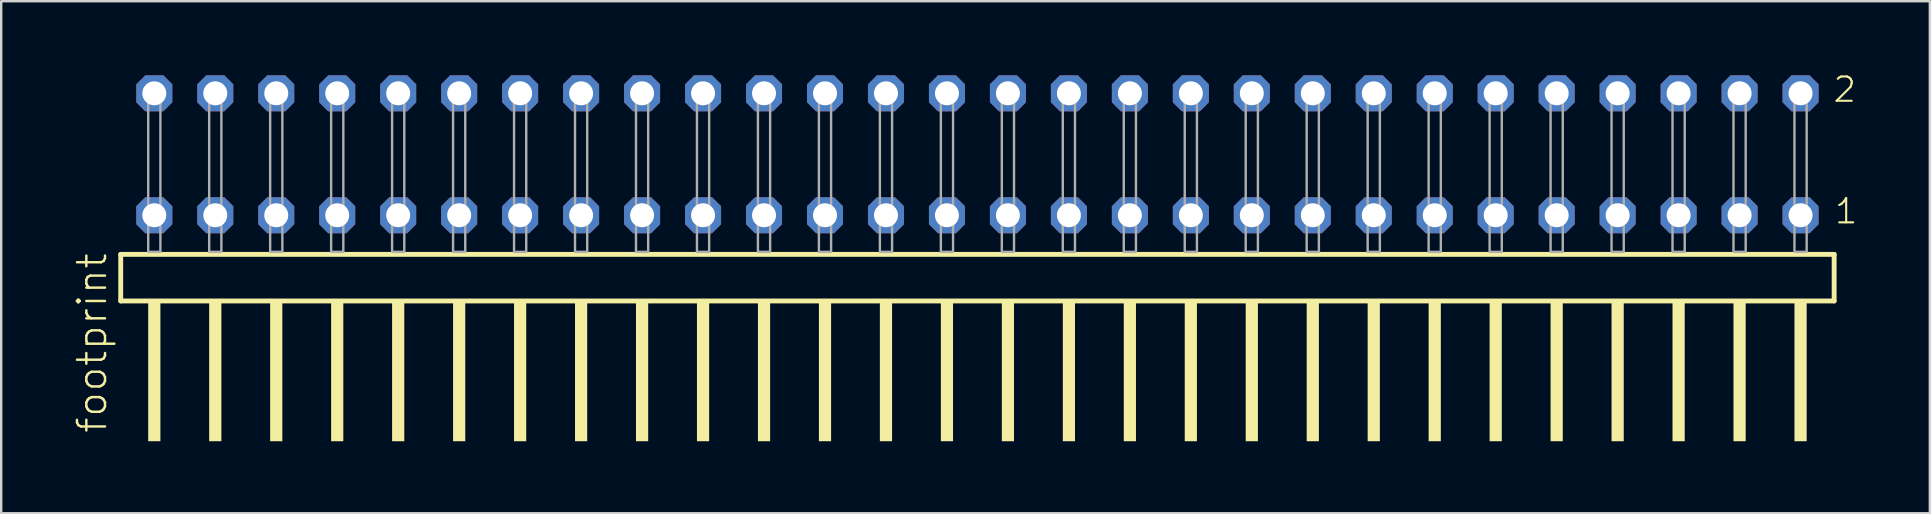
<source format=kicad_pcb>
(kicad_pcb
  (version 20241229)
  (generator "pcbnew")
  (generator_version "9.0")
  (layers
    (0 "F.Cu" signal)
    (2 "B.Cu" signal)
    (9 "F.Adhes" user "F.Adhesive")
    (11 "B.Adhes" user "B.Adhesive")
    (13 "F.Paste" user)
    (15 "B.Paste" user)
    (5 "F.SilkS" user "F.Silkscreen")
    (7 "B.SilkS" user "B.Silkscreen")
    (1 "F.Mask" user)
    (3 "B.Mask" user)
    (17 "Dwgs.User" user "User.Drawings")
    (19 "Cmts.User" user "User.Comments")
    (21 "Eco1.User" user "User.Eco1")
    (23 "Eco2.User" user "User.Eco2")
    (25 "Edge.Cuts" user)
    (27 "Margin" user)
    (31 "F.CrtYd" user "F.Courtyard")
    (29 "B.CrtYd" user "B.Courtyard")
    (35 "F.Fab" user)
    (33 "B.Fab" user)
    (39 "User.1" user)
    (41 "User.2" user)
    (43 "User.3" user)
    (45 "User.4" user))
  (footprint "footprint"
    (layer "F.Cu")
    (at 37.668 7.441)
    (property "Reference" "footprint" (at -36.195 7.62 90) (layer "F.SilkS") (effects (font (size 1.168 1.168) (thickness 0.102)) (justify left bottom)))
    (fp_line (start -35.689 0.106) (end -35.689 2.046) (stroke (width 0.203) (type solid)) (layer "F.SilkS"))
    (fp_line (start -35.689 2.046) (end 35.689 2.046) (stroke (width 0.203) (type solid)) (layer "F.SilkS"))
    (fp_line (start 35.689 0.106) (end -35.689 0.106) (stroke (width 0.203) (type solid)) (layer "F.SilkS"))
    (fp_line (start 35.689 2.046) (end 35.689 0.106) (stroke (width 0.203) (type solid)) (layer "F.SilkS"))
    (fp_poly (pts (xy -34.544 7.89) (xy -34.036 7.89) (xy -34.036 2.04) (xy -34.544 2.04)) (stroke (width 0) (type solid)) (fill yes) (layer "F.SilkS"))
    (fp_poly (pts (xy -32.004 7.89) (xy -31.496 7.89) (xy -31.496 2.04) (xy -32.004 2.04)) (stroke (width 0) (type solid)) (fill yes) (layer "F.SilkS"))
    (fp_poly (pts (xy -29.464 7.89) (xy -28.956 7.89) (xy -28.956 2.04) (xy -29.464 2.04)) (stroke (width 0) (type solid)) (fill yes) (layer "F.SilkS"))
    (fp_poly (pts (xy -26.924 7.89) (xy -26.416 7.89) (xy -26.416 2.04) (xy -26.924 2.04)) (stroke (width 0) (type solid)) (fill yes) (layer "F.SilkS"))
    (fp_poly (pts (xy -24.384 7.89) (xy -23.876 7.89) (xy -23.876 2.04) (xy -24.384 2.04)) (stroke (width 0) (type solid)) (fill yes) (layer "F.SilkS"))
    (fp_poly (pts (xy -21.844 7.89) (xy -21.336 7.89) (xy -21.336 2.04) (xy -21.844 2.04)) (stroke (width 0) (type solid)) (fill yes) (layer "F.SilkS"))
    (fp_poly (pts (xy -19.304 7.89) (xy -18.796 7.89) (xy -18.796 2.04) (xy -19.304 2.04)) (stroke (width 0) (type solid)) (fill yes) (layer "F.SilkS"))
    (fp_poly (pts (xy -16.764 7.89) (xy -16.256 7.89) (xy -16.256 2.04) (xy -16.764 2.04)) (stroke (width 0) (type solid)) (fill yes) (layer "F.SilkS"))
    (fp_poly (pts (xy -14.224 7.89) (xy -13.716 7.89) (xy -13.716 2.04) (xy -14.224 2.04)) (stroke (width 0) (type solid)) (fill yes) (layer "F.SilkS"))
    (fp_poly (pts (xy -11.684 7.89) (xy -11.176 7.89) (xy -11.176 2.04) (xy -11.684 2.04)) (stroke (width 0) (type solid)) (fill yes) (layer "F.SilkS"))
    (fp_poly (pts (xy -9.144 7.89) (xy -8.636 7.89) (xy -8.636 2.04) (xy -9.144 2.04)) (stroke (width 0) (type solid)) (fill yes) (layer "F.SilkS"))
    (fp_poly (pts (xy -6.604 7.89) (xy -6.096 7.89) (xy -6.096 2.04) (xy -6.604 2.04)) (stroke (width 0) (type solid)) (fill yes) (layer "F.SilkS"))
    (fp_poly (pts (xy -4.064 7.89) (xy -3.556 7.89) (xy -3.556 2.04) (xy -4.064 2.04)) (stroke (width 0) (type solid)) (fill yes) (layer "F.SilkS"))
    (fp_poly (pts (xy -1.524 7.89) (xy -1.016 7.89) (xy -1.016 2.04) (xy -1.524 2.04)) (stroke (width 0) (type solid)) (fill yes) (layer "F.SilkS"))
    (fp_poly (pts (xy 1.016 7.89) (xy 1.524 7.89) (xy 1.524 2.04) (xy 1.016 2.04)) (stroke (width 0) (type solid)) (fill yes) (layer "F.SilkS"))
    (fp_poly (pts (xy 3.556 7.89) (xy 4.064 7.89) (xy 4.064 2.04) (xy 3.556 2.04)) (stroke (width 0) (type solid)) (fill yes) (layer "F.SilkS"))
    (fp_poly (pts (xy 6.096 7.89) (xy 6.604 7.89) (xy 6.604 2.04) (xy 6.096 2.04)) (stroke (width 0) (type solid)) (fill yes) (layer "F.SilkS"))
    (fp_poly (pts (xy 8.636 7.89) (xy 9.144 7.89) (xy 9.144 2.04) (xy 8.636 2.04)) (stroke (width 0) (type solid)) (fill yes) (layer "F.SilkS"))
    (fp_poly (pts (xy 11.176 7.89) (xy 11.684 7.89) (xy 11.684 2.04) (xy 11.176 2.04)) (stroke (width 0) (type solid)) (fill yes) (layer "F.SilkS"))
    (fp_poly (pts (xy 13.716 7.89) (xy 14.224 7.89) (xy 14.224 2.04) (xy 13.716 2.04)) (stroke (width 0) (type solid)) (fill yes) (layer "F.SilkS"))
    (fp_poly (pts (xy 16.256 7.89) (xy 16.764 7.89) (xy 16.764 2.04) (xy 16.256 2.04)) (stroke (width 0) (type solid)) (fill yes) (layer "F.SilkS"))
    (fp_poly (pts (xy 18.796 7.89) (xy 19.304 7.89) (xy 19.304 2.04) (xy 18.796 2.04)) (stroke (width 0) (type solid)) (fill yes) (layer "F.SilkS"))
    (fp_poly (pts (xy 21.336 7.89) (xy 21.844 7.89) (xy 21.844 2.04) (xy 21.336 2.04)) (stroke (width 0) (type solid)) (fill yes) (layer "F.SilkS"))
    (fp_poly (pts (xy 23.876 7.89) (xy 24.384 7.89) (xy 24.384 2.04) (xy 23.876 2.04)) (stroke (width 0) (type solid)) (fill yes) (layer "F.SilkS"))
    (fp_poly (pts (xy 26.416 7.89) (xy 26.924 7.89) (xy 26.924 2.04) (xy 26.416 2.04)) (stroke (width 0) (type solid)) (fill yes) (layer "F.SilkS"))
    (fp_poly (pts (xy 28.956 7.89) (xy 29.464 7.89) (xy 29.464 2.04) (xy 28.956 2.04)) (stroke (width 0) (type solid)) (fill yes) (layer "F.SilkS"))
    (fp_poly (pts (xy 31.496 7.89) (xy 32.004 7.89) (xy 32.004 2.04) (xy 31.496 2.04)) (stroke (width 0) (type solid)) (fill yes) (layer "F.SilkS"))
    (fp_poly (pts (xy 34.036 7.89) (xy 34.544 7.89) (xy 34.544 2.04) (xy 34.036 2.04)) (stroke (width 0) (type solid)) (fill yes) (layer "F.SilkS"))
    (fp_poly (pts (xy -34.544 0) (xy -34.036 0) (xy -34.036 -6.858) (xy -34.544 -6.858)) (stroke (width 0.1) (type solid)) (fill no) (layer "F.Fab"))
    (fp_poly (pts (xy -32.004 0) (xy -31.496 0) (xy -31.496 -6.858) (xy -32.004 -6.858)) (stroke (width 0.1) (type solid)) (fill no) (layer "F.Fab"))
    (fp_poly (pts (xy -29.464 0) (xy -28.956 0) (xy -28.956 -6.858) (xy -29.464 -6.858)) (stroke (width 0.1) (type solid)) (fill no) (layer "F.Fab"))
    (fp_poly (pts (xy -26.924 0) (xy -26.416 0) (xy -26.416 -6.858) (xy -26.924 -6.858)) (stroke (width 0.1) (type solid)) (fill no) (layer "F.Fab"))
    (fp_poly (pts (xy -24.384 0) (xy -23.876 0) (xy -23.876 -6.858) (xy -24.384 -6.858)) (stroke (width 0.1) (type solid)) (fill no) (layer "F.Fab"))
    (fp_poly (pts (xy -21.844 0) (xy -21.336 0) (xy -21.336 -6.858) (xy -21.844 -6.858)) (stroke (width 0.1) (type solid)) (fill no) (layer "F.Fab"))
    (fp_poly (pts (xy -19.304 0) (xy -18.796 0) (xy -18.796 -6.858) (xy -19.304 -6.858)) (stroke (width 0.1) (type solid)) (fill no) (layer "F.Fab"))
    (fp_poly (pts (xy -16.764 0) (xy -16.256 0) (xy -16.256 -6.858) (xy -16.764 -6.858)) (stroke (width 0.1) (type solid)) (fill no) (layer "F.Fab"))
    (fp_poly (pts (xy -14.224 0) (xy -13.716 0) (xy -13.716 -6.858) (xy -14.224 -6.858)) (stroke (width 0.1) (type solid)) (fill no) (layer "F.Fab"))
    (fp_poly (pts (xy -11.684 0) (xy -11.176 0) (xy -11.176 -6.858) (xy -11.684 -6.858)) (stroke (width 0.1) (type solid)) (fill no) (layer "F.Fab"))
    (fp_poly (pts (xy -9.144 0) (xy -8.636 0) (xy -8.636 -6.858) (xy -9.144 -6.858)) (stroke (width 0.1) (type solid)) (fill no) (layer "F.Fab"))
    (fp_poly (pts (xy -6.604 0) (xy -6.096 0) (xy -6.096 -6.858) (xy -6.604 -6.858)) (stroke (width 0.1) (type solid)) (fill no) (layer "F.Fab"))
    (fp_poly (pts (xy -4.064 0) (xy -3.556 0) (xy -3.556 -6.858) (xy -4.064 -6.858)) (stroke (width 0.1) (type solid)) (fill no) (layer "F.Fab"))
    (fp_poly (pts (xy -1.524 0) (xy -1.016 0) (xy -1.016 -6.858) (xy -1.524 -6.858)) (stroke (width 0.1) (type solid)) (fill no) (layer "F.Fab"))
    (fp_poly (pts (xy 1.016 0) (xy 1.524 0) (xy 1.524 -6.858) (xy 1.016 -6.858)) (stroke (width 0.1) (type solid)) (fill no) (layer "F.Fab"))
    (fp_poly (pts (xy 3.556 0) (xy 4.064 0) (xy 4.064 -6.858) (xy 3.556 -6.858)) (stroke (width 0.1) (type solid)) (fill no) (layer "F.Fab"))
    (fp_poly (pts (xy 6.096 0) (xy 6.604 0) (xy 6.604 -6.858) (xy 6.096 -6.858)) (stroke (width 0.1) (type solid)) (fill no) (layer "F.Fab"))
    (fp_poly (pts (xy 8.636 0) (xy 9.144 0) (xy 9.144 -6.858) (xy 8.636 -6.858)) (stroke (width 0.1) (type solid)) (fill no) (layer "F.Fab"))
    (fp_poly (pts (xy 11.176 0) (xy 11.684 0) (xy 11.684 -6.858) (xy 11.176 -6.858)) (stroke (width 0.1) (type solid)) (fill no) (layer "F.Fab"))
    (fp_poly (pts (xy 13.716 0) (xy 14.224 0) (xy 14.224 -6.858) (xy 13.716 -6.858)) (stroke (width 0.1) (type solid)) (fill no) (layer "F.Fab"))
    (fp_poly (pts (xy 16.256 0) (xy 16.764 0) (xy 16.764 -6.858) (xy 16.256 -6.858)) (stroke (width 0.1) (type solid)) (fill no) (layer "F.Fab"))
    (fp_poly (pts (xy 18.796 0) (xy 19.304 0) (xy 19.304 -6.858) (xy 18.796 -6.858)) (stroke (width 0.1) (type solid)) (fill no) (layer "F.Fab"))
    (fp_poly (pts (xy 21.336 0) (xy 21.844 0) (xy 21.844 -6.858) (xy 21.336 -6.858)) (stroke (width 0.1) (type solid)) (fill no) (layer "F.Fab"))
    (fp_poly (pts (xy 23.876 0) (xy 24.384 0) (xy 24.384 -6.858) (xy 23.876 -6.858)) (stroke (width 0.1) (type solid)) (fill no) (layer "F.Fab"))
    (fp_poly (pts (xy 26.416 0) (xy 26.924 0) (xy 26.924 -6.858) (xy 26.416 -6.858)) (stroke (width 0.1) (type solid)) (fill no) (layer "F.Fab"))
    (fp_poly (pts (xy 28.956 0) (xy 29.464 0) (xy 29.464 -6.858) (xy 28.956 -6.858)) (stroke (width 0.1) (type solid)) (fill no) (layer "F.Fab"))
    (fp_poly (pts (xy 31.496 0) (xy 32.004 0) (xy 32.004 -6.858) (xy 31.496 -6.858)) (stroke (width 0.1) (type solid)) (fill no) (layer "F.Fab"))
    (fp_poly (pts (xy 34.036 0) (xy 34.544 0) (xy 34.544 -6.858) (xy 34.036 -6.858)) (stroke (width 0.1) (type solid)) (fill no) (layer "F.Fab"))
    (fp_text user "2" (at 35.59 -6.165 0) (layer "F.SilkS") (effects (font (size 1.012 1.012) (thickness 0.088)) (justify left bottom)))
    (fp_text user "1" (at 35.65 -1.1 0) (layer "F.SilkS") (effects (font (size 1.012 1.012) (thickness 0.088)) (justify left bottom)))
    (pad "1" thru_hole roundrect (at 34.29 -1.524 180) (size 1.5 1.5) (drill 1) (layers "*.Cu" "*.Mask") (roundrect_rratio 0.25) (chamfer_ratio 0.25) (chamfer top_left top_right bottom_left bottom_right))
    (pad "2" thru_hole roundrect (at 34.29 -6.604 180) (size 1.5 1.5) (drill 1) (layers "*.Cu" "*.Mask") (roundrect_rratio 0.25) (chamfer_ratio 0.25) (chamfer top_left top_right bottom_left bottom_right))
    (pad "3" thru_hole roundrect (at 31.75 -1.524 180) (size 1.5 1.5) (drill 1) (layers "*.Cu" "*.Mask") (roundrect_rratio 0.25) (chamfer_ratio 0.25) (chamfer top_left top_right bottom_left bottom_right))
    (pad "4" thru_hole roundrect (at 31.75 -6.604 180) (size 1.5 1.5) (drill 1) (layers "*.Cu" "*.Mask") (roundrect_rratio 0.25) (chamfer_ratio 0.25) (chamfer top_left top_right bottom_left bottom_right))
    (pad "5" thru_hole roundrect (at 29.21 -1.524 180) (size 1.5 1.5) (drill 1) (layers "*.Cu" "*.Mask") (roundrect_rratio 0.25) (chamfer_ratio 0.25) (chamfer top_left top_right bottom_left bottom_right))
    (pad "6" thru_hole roundrect (at 29.21 -6.604 180) (size 1.5 1.5) (drill 1) (layers "*.Cu" "*.Mask") (roundrect_rratio 0.25) (chamfer_ratio 0.25) (chamfer top_left top_right bottom_left bottom_right))
    (pad "7" thru_hole roundrect (at 26.67 -1.524 180) (size 1.5 1.5) (drill 1) (layers "*.Cu" "*.Mask") (roundrect_rratio 0.25) (chamfer_ratio 0.25) (chamfer top_left top_right bottom_left bottom_right))
    (pad "8" thru_hole roundrect (at 26.67 -6.604 180) (size 1.5 1.5) (drill 1) (layers "*.Cu" "*.Mask") (roundrect_rratio 0.25) (chamfer_ratio 0.25) (chamfer top_left top_right bottom_left bottom_right))
    (pad "9" thru_hole roundrect (at 24.13 -1.524 180) (size 1.5 1.5) (drill 1) (layers "*.Cu" "*.Mask") (roundrect_rratio 0.25) (chamfer_ratio 0.25) (chamfer top_left top_right bottom_left bottom_right))
    (pad "10" thru_hole roundrect (at 24.13 -6.604 180) (size 1.5 1.5) (drill 1) (layers "*.Cu" "*.Mask") (roundrect_rratio 0.25) (chamfer_ratio 0.25) (chamfer top_left top_right bottom_left bottom_right))
    (pad "11" thru_hole roundrect (at 21.59 -1.524 180) (size 1.5 1.5) (drill 1) (layers "*.Cu" "*.Mask") (roundrect_rratio 0.25) (chamfer_ratio 0.25) (chamfer top_left top_right bottom_left bottom_right))
    (pad "12" thru_hole roundrect (at 21.59 -6.604 180) (size 1.5 1.5) (drill 1) (layers "*.Cu" "*.Mask") (roundrect_rratio 0.25) (chamfer_ratio 0.25) (chamfer top_left top_right bottom_left bottom_right))
    (pad "13" thru_hole roundrect (at 19.05 -1.524 180) (size 1.5 1.5) (drill 1) (layers "*.Cu" "*.Mask") (roundrect_rratio 0.25) (chamfer_ratio 0.25) (chamfer top_left top_right bottom_left bottom_right))
    (pad "14" thru_hole roundrect (at 19.05 -6.604 180) (size 1.5 1.5) (drill 1) (layers "*.Cu" "*.Mask") (roundrect_rratio 0.25) (chamfer_ratio 0.25) (chamfer top_left top_right bottom_left bottom_right))
    (pad "15" thru_hole roundrect (at 16.51 -1.524 180) (size 1.5 1.5) (drill 1) (layers "*.Cu" "*.Mask") (roundrect_rratio 0.25) (chamfer_ratio 0.25) (chamfer top_left top_right bottom_left bottom_right))
    (pad "16" thru_hole roundrect (at 16.51 -6.604 180) (size 1.5 1.5) (drill 1) (layers "*.Cu" "*.Mask") (roundrect_rratio 0.25) (chamfer_ratio 0.25) (chamfer top_left top_right bottom_left bottom_right))
    (pad "17" thru_hole roundrect (at 13.97 -1.524 180) (size 1.5 1.5) (drill 1) (layers "*.Cu" "*.Mask") (roundrect_rratio 0.25) (chamfer_ratio 0.25) (chamfer top_left top_right bottom_left bottom_right))
    (pad "18" thru_hole roundrect (at 13.97 -6.604 180) (size 1.5 1.5) (drill 1) (layers "*.Cu" "*.Mask") (roundrect_rratio 0.25) (chamfer_ratio 0.25) (chamfer top_left top_right bottom_left bottom_right))
    (pad "19" thru_hole roundrect (at 11.43 -1.524 180) (size 1.5 1.5) (drill 1) (layers "*.Cu" "*.Mask") (roundrect_rratio 0.25) (chamfer_ratio 0.25) (chamfer top_left top_right bottom_left bottom_right))
    (pad "20" thru_hole roundrect (at 11.43 -6.604 180) (size 1.5 1.5) (drill 1) (layers "*.Cu" "*.Mask") (roundrect_rratio 0.25) (chamfer_ratio 0.25) (chamfer top_left top_right bottom_left bottom_right))
    (pad "21" thru_hole roundrect (at 8.89 -1.524 180) (size 1.5 1.5) (drill 1) (layers "*.Cu" "*.Mask") (roundrect_rratio 0.25) (chamfer_ratio 0.25) (chamfer top_left top_right bottom_left bottom_right))
    (pad "22" thru_hole roundrect (at 8.89 -6.604 180) (size 1.5 1.5) (drill 1) (layers "*.Cu" "*.Mask") (roundrect_rratio 0.25) (chamfer_ratio 0.25) (chamfer top_left top_right bottom_left bottom_right))
    (pad "23" thru_hole roundrect (at 6.35 -1.524 180) (size 1.5 1.5) (drill 1) (layers "*.Cu" "*.Mask") (roundrect_rratio 0.25) (chamfer_ratio 0.25) (chamfer top_left top_right bottom_left bottom_right))
    (pad "24" thru_hole roundrect (at 6.35 -6.604 180) (size 1.5 1.5) (drill 1) (layers "*.Cu" "*.Mask") (roundrect_rratio 0.25) (chamfer_ratio 0.25) (chamfer top_left top_right bottom_left bottom_right))
    (pad "25" thru_hole roundrect (at 3.81 -1.524 180) (size 1.5 1.5) (drill 1) (layers "*.Cu" "*.Mask") (roundrect_rratio 0.25) (chamfer_ratio 0.25) (chamfer top_left top_right bottom_left bottom_right))
    (pad "26" thru_hole roundrect (at 3.81 -6.604 180) (size 1.5 1.5) (drill 1) (layers "*.Cu" "*.Mask") (roundrect_rratio 0.25) (chamfer_ratio 0.25) (chamfer top_left top_right bottom_left bottom_right))
    (pad "27" thru_hole roundrect (at 1.27 -1.524 180) (size 1.5 1.5) (drill 1) (layers "*.Cu" "*.Mask") (roundrect_rratio 0.25) (chamfer_ratio 0.25) (chamfer top_left top_right bottom_left bottom_right))
    (pad "28" thru_hole roundrect (at 1.27 -6.604 180) (size 1.5 1.5) (drill 1) (layers "*.Cu" "*.Mask") (roundrect_rratio 0.25) (chamfer_ratio 0.25) (chamfer top_left top_right bottom_left bottom_right))
    (pad "29" thru_hole roundrect (at -1.27 -1.524 180) (size 1.5 1.5) (drill 1) (layers "*.Cu" "*.Mask") (roundrect_rratio 0.25) (chamfer_ratio 0.25) (chamfer top_left top_right bottom_left bottom_right))
    (pad "30" thru_hole roundrect (at -1.27 -6.604 180) (size 1.5 1.5) (drill 1) (layers "*.Cu" "*.Mask") (roundrect_rratio 0.25) (chamfer_ratio 0.25) (chamfer top_left top_right bottom_left bottom_right))
    (pad "31" thru_hole roundrect (at -3.81 -1.524 180) (size 1.5 1.5) (drill 1) (layers "*.Cu" "*.Mask") (roundrect_rratio 0.25) (chamfer_ratio 0.25) (chamfer top_left top_right bottom_left bottom_right))
    (pad "32" thru_hole roundrect (at -3.81 -6.604 180) (size 1.5 1.5) (drill 1) (layers "*.Cu" "*.Mask") (roundrect_rratio 0.25) (chamfer_ratio 0.25) (chamfer top_left top_right bottom_left bottom_right))
    (pad "33" thru_hole roundrect (at -6.35 -1.524 180) (size 1.5 1.5) (drill 1) (layers "*.Cu" "*.Mask") (roundrect_rratio 0.25) (chamfer_ratio 0.25) (chamfer top_left top_right bottom_left bottom_right))
    (pad "34" thru_hole roundrect (at -6.35 -6.604 180) (size 1.5 1.5) (drill 1) (layers "*.Cu" "*.Mask") (roundrect_rratio 0.25) (chamfer_ratio 0.25) (chamfer top_left top_right bottom_left bottom_right))
    (pad "35" thru_hole roundrect (at -8.89 -1.524 180) (size 1.5 1.5) (drill 1) (layers "*.Cu" "*.Mask") (roundrect_rratio 0.25) (chamfer_ratio 0.25) (chamfer top_left top_right bottom_left bottom_right))
    (pad "36" thru_hole roundrect (at -8.89 -6.604 180) (size 1.5 1.5) (drill 1) (layers "*.Cu" "*.Mask") (roundrect_rratio 0.25) (chamfer_ratio 0.25) (chamfer top_left top_right bottom_left bottom_right))
    (pad "37" thru_hole roundrect (at -11.43 -1.524 180) (size 1.5 1.5) (drill 1) (layers "*.Cu" "*.Mask") (roundrect_rratio 0.25) (chamfer_ratio 0.25) (chamfer top_left top_right bottom_left bottom_right))
    (pad "38" thru_hole roundrect (at -11.43 -6.604 180) (size 1.5 1.5) (drill 1) (layers "*.Cu" "*.Mask") (roundrect_rratio 0.25) (chamfer_ratio 0.25) (chamfer top_left top_right bottom_left bottom_right))
    (pad "39" thru_hole roundrect (at -13.97 -1.524 180) (size 1.5 1.5) (drill 1) (layers "*.Cu" "*.Mask") (roundrect_rratio 0.25) (chamfer_ratio 0.25) (chamfer top_left top_right bottom_left bottom_right))
    (pad "40" thru_hole roundrect (at -13.97 -6.604 180) (size 1.5 1.5) (drill 1) (layers "*.Cu" "*.Mask") (roundrect_rratio 0.25) (chamfer_ratio 0.25) (chamfer top_left top_right bottom_left bottom_right))
    (pad "41" thru_hole roundrect (at -16.51 -1.524 180) (size 1.5 1.5) (drill 1) (layers "*.Cu" "*.Mask") (roundrect_rratio 0.25) (chamfer_ratio 0.25) (chamfer top_left top_right bottom_left bottom_right))
    (pad "42" thru_hole roundrect (at -16.51 -6.604 180) (size 1.5 1.5) (drill 1) (layers "*.Cu" "*.Mask") (roundrect_rratio 0.25) (chamfer_ratio 0.25) (chamfer top_left top_right bottom_left bottom_right))
    (pad "43" thru_hole roundrect (at -19.05 -1.524 180) (size 1.5 1.5) (drill 1) (layers "*.Cu" "*.Mask") (roundrect_rratio 0.25) (chamfer_ratio 0.25) (chamfer top_left top_right bottom_left bottom_right))
    (pad "44" thru_hole roundrect (at -19.05 -6.604 180) (size 1.5 1.5) (drill 1) (layers "*.Cu" "*.Mask") (roundrect_rratio 0.25) (chamfer_ratio 0.25) (chamfer top_left top_right bottom_left bottom_right))
    (pad "45" thru_hole roundrect (at -21.59 -1.524 180) (size 1.5 1.5) (drill 1) (layers "*.Cu" "*.Mask") (roundrect_rratio 0.25) (chamfer_ratio 0.25) (chamfer top_left top_right bottom_left bottom_right))
    (pad "46" thru_hole roundrect (at -21.59 -6.604 180) (size 1.5 1.5) (drill 1) (layers "*.Cu" "*.Mask") (roundrect_rratio 0.25) (chamfer_ratio 0.25) (chamfer top_left top_right bottom_left bottom_right))
    (pad "47" thru_hole roundrect (at -24.13 -1.524 180) (size 1.5 1.5) (drill 1) (layers "*.Cu" "*.Mask") (roundrect_rratio 0.25) (chamfer_ratio 0.25) (chamfer top_left top_right bottom_left bottom_right))
    (pad "48" thru_hole roundrect (at -24.13 -6.604 180) (size 1.5 1.5) (drill 1) (layers "*.Cu" "*.Mask") (roundrect_rratio 0.25) (chamfer_ratio 0.25) (chamfer top_left top_right bottom_left bottom_right))
    (pad "49" thru_hole roundrect (at -26.67 -1.524 180) (size 1.5 1.5) (drill 1) (layers "*.Cu" "*.Mask") (roundrect_rratio 0.25) (chamfer_ratio 0.25) (chamfer top_left top_right bottom_left bottom_right))
    (pad "50" thru_hole roundrect (at -26.67 -6.604 180) (size 1.5 1.5) (drill 1) (layers "*.Cu" "*.Mask") (roundrect_rratio 0.25) (chamfer_ratio 0.25) (chamfer top_left top_right bottom_left bottom_right))
    (pad "51" thru_hole roundrect (at -29.21 -1.524 180) (size 1.5 1.5) (drill 1) (layers "*.Cu" "*.Mask") (roundrect_rratio 0.25) (chamfer_ratio 0.25) (chamfer top_left top_right bottom_left bottom_right))
    (pad "52" thru_hole roundrect (at -29.21 -6.604 180) (size 1.5 1.5) (drill 1) (layers "*.Cu" "*.Mask") (roundrect_rratio 0.25) (chamfer_ratio 0.25) (chamfer top_left top_right bottom_left bottom_right))
    (pad "53" thru_hole roundrect (at -31.75 -1.524 180) (size 1.5 1.5) (drill 1) (layers "*.Cu" "*.Mask") (roundrect_rratio 0.25) (chamfer_ratio 0.25) (chamfer top_left top_right bottom_left bottom_right))
    (pad "54" thru_hole roundrect (at -31.75 -6.604 180) (size 1.5 1.5) (drill 1) (layers "*.Cu" "*.Mask") (roundrect_rratio 0.25) (chamfer_ratio 0.25) (chamfer top_left top_right bottom_left bottom_right))
    (pad "55" thru_hole roundrect (at -34.29 -1.524 180) (size 1.5 1.5) (drill 1) (layers "*.Cu" "*.Mask") (roundrect_rratio 0.25) (chamfer_ratio 0.25) (chamfer top_left top_right bottom_left bottom_right))
    (pad "56" thru_hole roundrect (at -34.29 -6.604 180) (size 1.5 1.5) (drill 1) (layers "*.Cu" "*.Mask") (roundrect_rratio 0.25) (chamfer_ratio 0.25) (chamfer top_left top_right bottom_left bottom_right)))
  (gr_rect
    (start -3 -3)
    (end 77.344 18.331)
    (stroke (width 0.1) (type default))
    (fill no)
    (layer "Edge.Cuts")))
</source>
